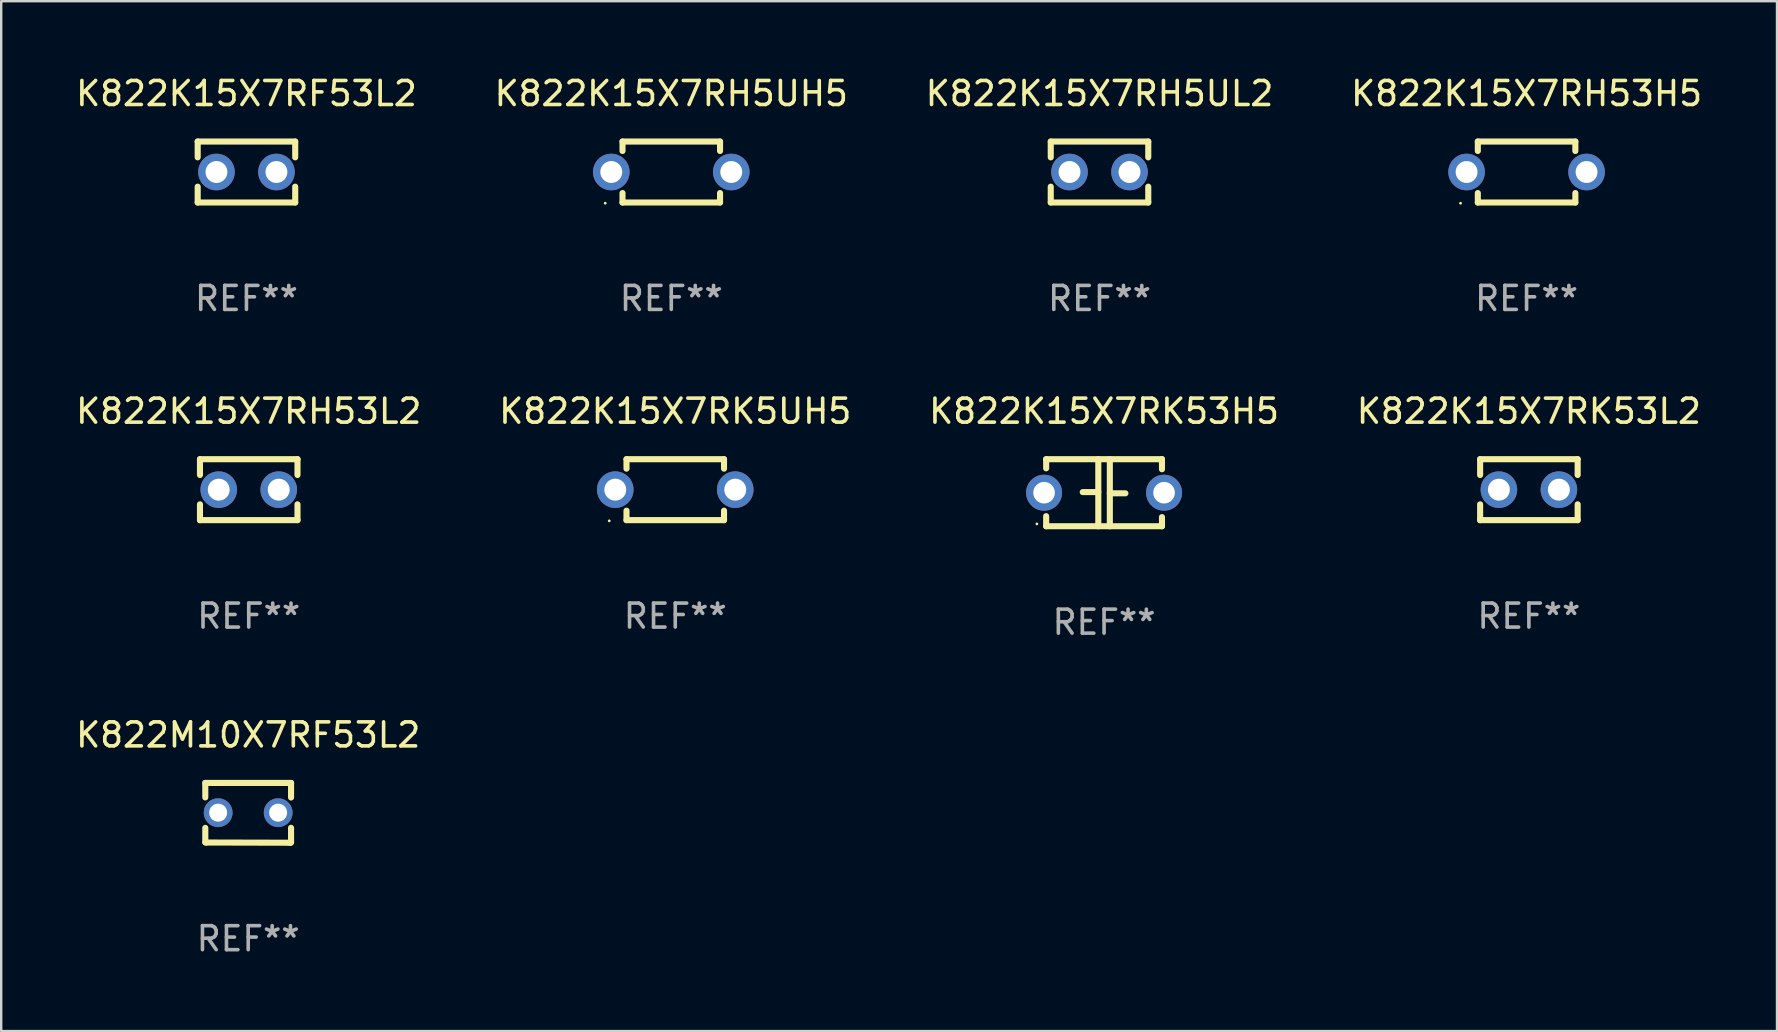
<source format=kicad_pcb>
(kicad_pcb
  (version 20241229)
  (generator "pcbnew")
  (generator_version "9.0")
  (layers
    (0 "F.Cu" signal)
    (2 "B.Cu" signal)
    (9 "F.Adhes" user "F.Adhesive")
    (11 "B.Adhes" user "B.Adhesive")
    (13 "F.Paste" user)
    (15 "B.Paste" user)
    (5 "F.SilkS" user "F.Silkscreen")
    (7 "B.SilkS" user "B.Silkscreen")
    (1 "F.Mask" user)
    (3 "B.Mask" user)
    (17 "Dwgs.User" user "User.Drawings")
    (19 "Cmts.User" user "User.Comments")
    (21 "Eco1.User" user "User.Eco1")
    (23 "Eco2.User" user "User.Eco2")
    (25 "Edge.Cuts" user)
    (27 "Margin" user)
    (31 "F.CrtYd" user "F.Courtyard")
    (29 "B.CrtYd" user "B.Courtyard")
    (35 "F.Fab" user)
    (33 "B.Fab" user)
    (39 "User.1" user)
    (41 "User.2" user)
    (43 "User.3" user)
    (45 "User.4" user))
  (footprint "K822K15X7RH5UL2"
    (layer "F.Cu")
    (at 42.768 4.118)
    (property "Reference" "K822K15X7RH5UL2" (at 0 -3.27 0) (layer "F.SilkS") (effects (font (size 1 1) (thickness 0.15))))
    (attr through_hole)
    (fp_line (start -2.032 -1.27) (end -2.032 -0.611) (stroke (width 0.254) (type solid)) (layer "F.SilkS"))
    (fp_line (start -2.032 0.611) (end -2.032 1.27) (stroke (width 0.254) (type solid)) (layer "F.SilkS"))
    (fp_line (start -2.032 1.27) (end 2.032 1.27) (stroke (width 0.254) (type solid)) (layer "F.SilkS"))
    (fp_line (start 2.032 -1.27) (end -2.032 -1.27) (stroke (width 0.254) (type solid)) (layer "F.SilkS"))
    (fp_line (start 2.032 -0.611) (end 2.032 -1.27) (stroke (width 0.254) (type solid)) (layer "F.SilkS"))
    (fp_line (start 2.032 1.27) (end 2.032 0.611) (stroke (width 0.254) (type solid)) (layer "F.SilkS"))
    (fp_circle (center -2 1.3) (end -1.97 1.3) (stroke (width 0.06) (type solid)) (fill no) (layer "F.SilkS"))
    (fp_text user "REF**" (at 0 5.27 0) (layer "F.Fab") (effects (font (size 1 1) (thickness 0.15))))
    (pad "1" thru_hole circle (at -1.25 0) (size 1.524 1.524) (drill 0.914) (layers "*.Cu" "*.Mask"))
    (pad "2" thru_hole circle (at 1.25 0) (size 1.524 1.524) (drill 0.914) (layers "*.Cu" "*.Mask")))
  (footprint "K822M10X7RF53L2"
    (layer "F.Cu")
    (at 7.292 30.822)
    (property "Reference" "K822M10X7RF53L2" (at 0 -3.246 0) (layer "F.SilkS") (effects (font (size 1 1) (thickness 0.15))))
    (attr through_hole)
    (fp_line (start -1.787 -1.246) (end -1.787 -0.642) (stroke (width 0.254) (type solid)) (layer "F.SilkS"))
    (fp_line (start -1.787 0.627) (end -1.787 1.228) (stroke (width 0.254) (type solid)) (layer "F.SilkS"))
    (fp_line (start -1.787 1.228) (end -1.75 1.237) (stroke (width 0.254) (type solid)) (layer "F.SilkS"))
    (fp_line (start -1.75 1.237) (end 1.759 1.246) (stroke (width 0.254) (type solid)) (layer "F.SilkS"))
    (fp_line (start 1.759 1.246) (end 1.787 1.218) (stroke (width 0.254) (type solid)) (layer "F.SilkS"))
    (fp_line (start 1.787 -1.246) (end -1.787 -1.246) (stroke (width 0.254) (type solid)) (layer "F.SilkS"))
    (fp_line (start 1.787 -0.639) (end 1.787 -1.246) (stroke (width 0.254) (type solid)) (layer "F.SilkS"))
    (fp_line (start 1.787 1.237) (end 1.787 0.625) (stroke (width 0.254) (type solid)) (layer "F.SilkS"))
    (fp_circle (center -1.801 1.243) (end -1.771 1.243) (stroke (width 0.06) (type solid)) (fill no) (layer "F.SilkS"))
    (fp_text user "REF**" (at 0 5.246 0) (layer "F.Fab") (effects (font (size 1 1) (thickness 0.15))))
    (pad "1" thru_hole circle (at -1.251 -0.007) (size 1.2 1.2) (drill 0.75) (layers "*.Cu" "*.Mask"))
    (pad "2" thru_hole circle (at 1.249 -0.007) (size 1.2 1.2) (drill 0.75) (layers "*.Cu" "*.Mask")))
  (footprint "K822K15X7RK5UH5"
    (layer "F.Cu")
    (at 25.089 17.355)
    (property "Reference" "K822K15X7RK5UH5" (at 0 -3.27 0) (layer "F.SilkS") (effects (font (size 1 1) (thickness 0.15))))
    (attr through_hole)
    (fp_line (start -2.032 -1.27) (end -2.032 -0.876) (stroke (width 0.254) (type solid)) (layer "F.SilkS"))
    (fp_line (start -2.032 0.876) (end -2.032 1.27) (stroke (width 0.254) (type solid)) (layer "F.SilkS"))
    (fp_line (start -2.032 1.27) (end 2.032 1.27) (stroke (width 0.254) (type solid)) (layer "F.SilkS"))
    (fp_line (start 2.032 -1.27) (end -2.032 -1.27) (stroke (width 0.254) (type solid)) (layer "F.SilkS"))
    (fp_line (start 2.032 -0.876) (end 2.032 -1.27) (stroke (width 0.254) (type solid)) (layer "F.SilkS"))
    (fp_line (start 2.032 1.27) (end 2.032 0.876) (stroke (width 0.254) (type solid)) (layer "F.SilkS"))
    (fp_circle (center -2.751 1.3) (end -2.721 1.3) (stroke (width 0.06) (type solid)) (fill no) (layer "F.SilkS"))
    (fp_text user "REF**" (at 0 5.27 0) (layer "F.Fab") (effects (font (size 1 1) (thickness 0.15))))
    (pad "1" thru_hole circle (at -2.5 0) (size 1.524 1.524) (drill 0.914) (layers "*.Cu" "*.Mask"))
    (pad "2" thru_hole circle (at 2.5 0) (size 1.524 1.524) (drill 0.914) (layers "*.Cu" "*.Mask")))
  (footprint "K822K15X7RK53L2"
    (layer "F.Cu")
    (at 60.661 17.355)
    (property "Reference" "K822K15X7RK53L2" (at 0 -3.27 0) (layer "F.SilkS") (effects (font (size 1 1) (thickness 0.15))))
    (attr through_hole)
    (fp_line (start -2.032 -1.27) (end -2.032 -0.611) (stroke (width 0.254) (type solid)) (layer "F.SilkS"))
    (fp_line (start -2.032 0.611) (end -2.032 1.27) (stroke (width 0.254) (type solid)) (layer "F.SilkS"))
    (fp_line (start -2.032 1.27) (end 2.032 1.27) (stroke (width 0.254) (type solid)) (layer "F.SilkS"))
    (fp_line (start 2.032 -1.27) (end -2.032 -1.27) (stroke (width 0.254) (type solid)) (layer "F.SilkS"))
    (fp_line (start 2.032 -0.611) (end 2.032 -1.27) (stroke (width 0.254) (type solid)) (layer "F.SilkS"))
    (fp_line (start 2.032 1.27) (end 2.032 0.611) (stroke (width 0.254) (type solid)) (layer "F.SilkS"))
    (fp_circle (center -2 1.3) (end -1.97 1.3) (stroke (width 0.06) (type solid)) (fill no) (layer "F.SilkS"))
    (fp_text user "REF**" (at 0 5.27 0) (layer "F.Fab") (effects (font (size 1 1) (thickness 0.15))))
    (pad "1" thru_hole circle (at -1.25 0) (size 1.524 1.524) (drill 0.914) (layers "*.Cu" "*.Mask"))
    (pad "2" thru_hole circle (at 1.25 0) (size 1.524 1.524) (drill 0.914) (layers "*.Cu" "*.Mask")))
  (footprint "K822K15X7RK53H5"
    (layer "F.Cu")
    (at 42.958 17.482)
    (property "Reference" "K822K15X7RK53H5" (at 0 -3.397 0) (layer "F.SilkS") (effects (font (size 1 1) (thickness 0.15))))
    (attr through_hole)
    (fp_line (start -2.413 -1.397) (end 2.413 -1.397) (stroke (width 0.254) (type solid)) (layer "F.SilkS"))
    (fp_line (start -2.413 -1.016) (end -2.413 -1.397) (stroke (width 0.254) (type solid)) (layer "F.SilkS"))
    (fp_line (start -2.413 0.977) (end -2.413 1.397) (stroke (width 0.254) (type solid)) (layer "F.SilkS"))
    (fp_line (start -0.24 -0.025) (end -0.889 -0.025) (stroke (width 0.254) (type solid)) (layer "F.SilkS"))
    (fp_line (start -0.24 1.397) (end -0.24 -1.397) (stroke (width 0.254) (type solid)) (layer "F.SilkS"))
    (fp_line (start 0.24 -1.397) (end 0.24 1.397) (stroke (width 0.254) (type solid)) (layer "F.SilkS"))
    (fp_line (start 0.24 0.025) (end 0.889 0.025) (stroke (width 0.254) (type solid)) (layer "F.SilkS"))
    (fp_line (start 2.413 -0.977) (end 2.413 -1.397) (stroke (width 0.254) (type solid)) (layer "F.SilkS"))
    (fp_line (start 2.413 1.016) (end 2.413 1.397) (stroke (width 0.254) (type solid)) (layer "F.SilkS"))
    (fp_line (start 2.413 1.397) (end -2.413 1.397) (stroke (width 0.254) (type solid)) (layer "F.SilkS"))
    (fp_circle (center -2.8 1.3) (end -2.77 1.3) (stroke (width 0.06) (type solid)) (fill no) (layer "F.SilkS"))
    (fp_text user "REF**" (at 0 5.397 0) (layer "F.Fab") (effects (font (size 1 1) (thickness 0.15))))
    (pad "1" thru_hole circle (at -2.5 0) (size 1.5 1.5) (drill 0.9) (layers "*.Cu" "*.Mask"))
    (pad "2" thru_hole circle (at 2.5 0) (size 1.5 1.5) (drill 0.9) (layers "*.Cu" "*.Mask")))
  (footprint "K822K15X7RH53H5"
    (layer "F.Cu")
    (at 60.565 4.118)
    (property "Reference" "K822K15X7RH53H5" (at 0 -3.27 0) (layer "F.SilkS") (effects (font (size 1 1) (thickness 0.15))))
    (attr through_hole)
    (fp_line (start -2.032 -1.27) (end -2.032 -0.876) (stroke (width 0.254) (type solid)) (layer "F.SilkS"))
    (fp_line (start -2.032 0.876) (end -2.032 1.27) (stroke (width 0.254) (type solid)) (layer "F.SilkS"))
    (fp_line (start -2.032 1.27) (end 2.032 1.27) (stroke (width 0.254) (type solid)) (layer "F.SilkS"))
    (fp_line (start 2.032 -1.27) (end -2.032 -1.27) (stroke (width 0.254) (type solid)) (layer "F.SilkS"))
    (fp_line (start 2.032 -0.876) (end 2.032 -1.27) (stroke (width 0.254) (type solid)) (layer "F.SilkS"))
    (fp_line (start 2.032 1.27) (end 2.032 0.876) (stroke (width 0.254) (type solid)) (layer "F.SilkS"))
    (fp_circle (center -2.751 1.3) (end -2.721 1.3) (stroke (width 0.06) (type solid)) (fill no) (layer "F.SilkS"))
    (fp_text user "REF**" (at 0 5.27 0) (layer "F.Fab") (effects (font (size 1 1) (thickness 0.15))))
    (pad "1" thru_hole circle (at -2.5 0) (size 1.524 1.524) (drill 0.914) (layers "*.Cu" "*.Mask"))
    (pad "2" thru_hole circle (at 2.5 0) (size 1.524 1.524) (drill 0.914) (layers "*.Cu" "*.Mask")))
  (footprint "K822K15X7RH53L2"
    (layer "F.Cu")
    (at 7.315 17.355)
    (property "Reference" "K822K15X7RH53L2" (at 0 -3.27 0) (layer "F.SilkS") (effects (font (size 1 1) (thickness 0.15))))
    (attr through_hole)
    (fp_line (start -2.032 -1.27) (end -2.032 -0.611) (stroke (width 0.254) (type solid)) (layer "F.SilkS"))
    (fp_line (start -2.032 0.611) (end -2.032 1.27) (stroke (width 0.254) (type solid)) (layer "F.SilkS"))
    (fp_line (start -2.032 1.27) (end 2.032 1.27) (stroke (width 0.254) (type solid)) (layer "F.SilkS"))
    (fp_line (start 2.032 -1.27) (end -2.032 -1.27) (stroke (width 0.254) (type solid)) (layer "F.SilkS"))
    (fp_line (start 2.032 -0.611) (end 2.032 -1.27) (stroke (width 0.254) (type solid)) (layer "F.SilkS"))
    (fp_line (start 2.032 1.27) (end 2.032 0.611) (stroke (width 0.254) (type solid)) (layer "F.SilkS"))
    (fp_circle (center -2 1.3) (end -1.97 1.3) (stroke (width 0.06) (type solid)) (fill no) (layer "F.SilkS"))
    (fp_text user "REF**" (at 0 5.27 0) (layer "F.Fab") (effects (font (size 1 1) (thickness 0.15))))
    (pad "1" thru_hole circle (at -1.25 0) (size 1.524 1.524) (drill 0.914) (layers "*.Cu" "*.Mask"))
    (pad "2" thru_hole circle (at 1.25 0) (size 1.524 1.524) (drill 0.914) (layers "*.Cu" "*.Mask")))
  (footprint "K822K15X7RH5UH5"
    (layer "F.Cu")
    (at 24.923 4.118)
    (property "Reference" "K822K15X7RH5UH5" (at 0 -3.27 0) (layer "F.SilkS") (effects (font (size 1 1) (thickness 0.15))))
    (attr through_hole)
    (fp_line (start -2.032 -1.27) (end -2.032 -0.876) (stroke (width 0.254) (type solid)) (layer "F.SilkS"))
    (fp_line (start -2.032 0.876) (end -2.032 1.27) (stroke (width 0.254) (type solid)) (layer "F.SilkS"))
    (fp_line (start -2.032 1.27) (end 2.032 1.27) (stroke (width 0.254) (type solid)) (layer "F.SilkS"))
    (fp_line (start 2.032 -1.27) (end -2.032 -1.27) (stroke (width 0.254) (type solid)) (layer "F.SilkS"))
    (fp_line (start 2.032 -0.876) (end 2.032 -1.27) (stroke (width 0.254) (type solid)) (layer "F.SilkS"))
    (fp_line (start 2.032 1.27) (end 2.032 0.876) (stroke (width 0.254) (type solid)) (layer "F.SilkS"))
    (fp_circle (center -2.751 1.3) (end -2.721 1.3) (stroke (width 0.06) (type solid)) (fill no) (layer "F.SilkS"))
    (fp_text user "REF**" (at 0 5.27 0) (layer "F.Fab") (effects (font (size 1 1) (thickness 0.15))))
    (pad "1" thru_hole circle (at -2.5 0) (size 1.524 1.524) (drill 0.914) (layers "*.Cu" "*.Mask"))
    (pad "2" thru_hole circle (at 2.5 0) (size 1.524 1.524) (drill 0.914) (layers "*.Cu" "*.Mask")))
  (footprint "K822K15X7RF53L2"
    (layer "F.Cu")
    (at 7.22 4.118)
    (property "Reference" "K822K15X7RF53L2" (at 0 -3.27 0) (layer "F.SilkS") (effects (font (size 1 1) (thickness 0.15))))
    (attr through_hole)
    (fp_line (start -2.032 -1.27) (end -2.032 -0.611) (stroke (width 0.254) (type solid)) (layer "F.SilkS"))
    (fp_line (start -2.032 0.611) (end -2.032 1.27) (stroke (width 0.254) (type solid)) (layer "F.SilkS"))
    (fp_line (start -2.032 1.27) (end 2.032 1.27) (stroke (width 0.254) (type solid)) (layer "F.SilkS"))
    (fp_line (start 2.032 -1.27) (end -2.032 -1.27) (stroke (width 0.254) (type solid)) (layer "F.SilkS"))
    (fp_line (start 2.032 -0.611) (end 2.032 -1.27) (stroke (width 0.254) (type solid)) (layer "F.SilkS"))
    (fp_line (start 2.032 1.27) (end 2.032 0.611) (stroke (width 0.254) (type solid)) (layer "F.SilkS"))
    (fp_circle (center -2 1.3) (end -1.97 1.3) (stroke (width 0.06) (type solid)) (fill no) (layer "F.SilkS"))
    (fp_text user "REF**" (at 0 5.27 0) (layer "F.Fab") (effects (font (size 1 1) (thickness 0.15))))
    (pad "1" thru_hole circle (at -1.25 0) (size 1.524 1.524) (drill 0.914) (layers "*.Cu" "*.Mask"))
    (pad "2" thru_hole circle (at 1.25 0) (size 1.524 1.524) (drill 0.914) (layers "*.Cu" "*.Mask")))
  (gr_rect
    (start -3 -3)
    (end 71 39.916)
    (stroke (width 0.1) (type default))
    (fill no)
    (layer "Edge.Cuts")))
</source>
